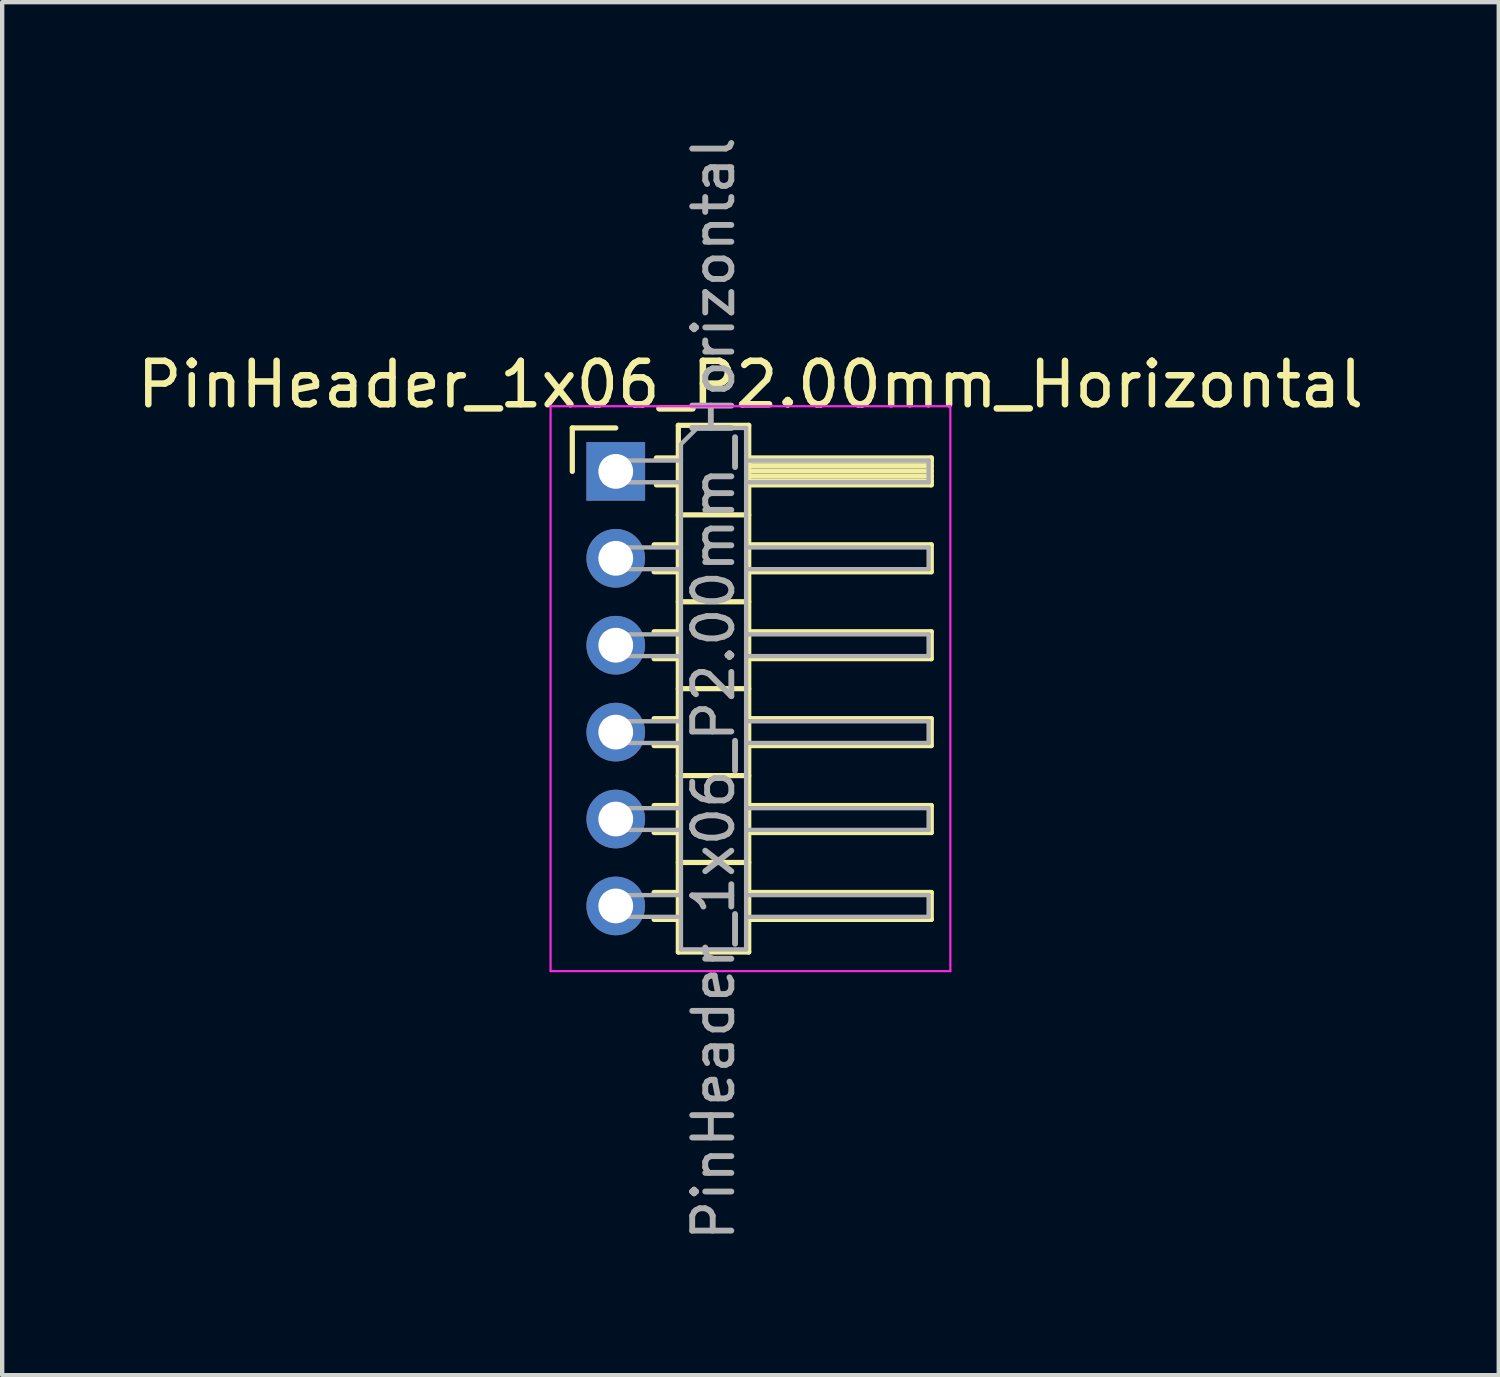
<source format=kicad_pcb>
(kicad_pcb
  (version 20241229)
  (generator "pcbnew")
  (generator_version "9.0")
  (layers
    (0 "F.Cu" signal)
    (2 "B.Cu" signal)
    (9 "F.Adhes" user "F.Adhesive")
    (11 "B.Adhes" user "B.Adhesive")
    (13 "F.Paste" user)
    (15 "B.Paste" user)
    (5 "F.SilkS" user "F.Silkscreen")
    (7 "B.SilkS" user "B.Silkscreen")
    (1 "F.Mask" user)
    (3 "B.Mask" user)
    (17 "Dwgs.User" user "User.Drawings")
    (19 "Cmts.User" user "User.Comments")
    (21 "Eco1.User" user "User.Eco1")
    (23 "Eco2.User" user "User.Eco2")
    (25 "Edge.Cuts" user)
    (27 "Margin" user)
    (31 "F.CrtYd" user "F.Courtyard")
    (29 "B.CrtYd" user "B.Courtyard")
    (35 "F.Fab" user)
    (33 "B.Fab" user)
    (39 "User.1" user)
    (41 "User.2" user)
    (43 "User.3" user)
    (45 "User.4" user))
  (footprint "PinHeader_1x06_P2.00mm_Horizontal"
    (layer "F.Cu")
    (at 11.12 7.798)
    (property "Reference" "PinHeader_1x06_P2.00mm_Horizontal" (at 3.1 -2 0) (layer "F.SilkS") (effects (font (size 1 1) (thickness 0.15))))
    (attr through_hole)
    (fp_line (start -1 -1) (end 0 -1) (stroke (width 0.12) (type solid)) (layer "F.SilkS"))
    (fp_line (start -1 0) (end -1 -1) (stroke (width 0.12) (type solid)) (layer "F.SilkS"))
    (fp_line (start 0.882 1.69) (end 1.44 1.69) (stroke (width 0.12) (type solid)) (layer "F.SilkS"))
    (fp_line (start 0.882 2.31) (end 1.44 2.31) (stroke (width 0.12) (type solid)) (layer "F.SilkS"))
    (fp_line (start 0.882 3.69) (end 1.44 3.69) (stroke (width 0.12) (type solid)) (layer "F.SilkS"))
    (fp_line (start 0.882 4.31) (end 1.44 4.31) (stroke (width 0.12) (type solid)) (layer "F.SilkS"))
    (fp_line (start 0.882 5.69) (end 1.44 5.69) (stroke (width 0.12) (type solid)) (layer "F.SilkS"))
    (fp_line (start 0.882 6.31) (end 1.44 6.31) (stroke (width 0.12) (type solid)) (layer "F.SilkS"))
    (fp_line (start 0.882 7.69) (end 1.44 7.69) (stroke (width 0.12) (type solid)) (layer "F.SilkS"))
    (fp_line (start 0.882 8.31) (end 1.44 8.31) (stroke (width 0.12) (type solid)) (layer "F.SilkS"))
    (fp_line (start 0.882 9.69) (end 1.44 9.69) (stroke (width 0.12) (type solid)) (layer "F.SilkS"))
    (fp_line (start 0.882 10.31) (end 1.44 10.31) (stroke (width 0.12) (type solid)) (layer "F.SilkS"))
    (fp_line (start 0.935 -0.31) (end 1.44 -0.31) (stroke (width 0.12) (type solid)) (layer "F.SilkS"))
    (fp_line (start 0.935 0.31) (end 1.44 0.31) (stroke (width 0.12) (type solid)) (layer "F.SilkS"))
    (fp_line (start 1.44 -1.06) (end 1.44 11.06) (stroke (width 0.12) (type solid)) (layer "F.SilkS"))
    (fp_line (start 1.44 1) (end 3.06 1) (stroke (width 0.12) (type solid)) (layer "F.SilkS"))
    (fp_line (start 1.44 3) (end 3.06 3) (stroke (width 0.12) (type solid)) (layer "F.SilkS"))
    (fp_line (start 1.44 5) (end 3.06 5) (stroke (width 0.12) (type solid)) (layer "F.SilkS"))
    (fp_line (start 1.44 7) (end 3.06 7) (stroke (width 0.12) (type solid)) (layer "F.SilkS"))
    (fp_line (start 1.44 9) (end 3.06 9) (stroke (width 0.12) (type solid)) (layer "F.SilkS"))
    (fp_line (start 1.44 11.06) (end 3.06 11.06) (stroke (width 0.12) (type solid)) (layer "F.SilkS"))
    (fp_line (start 3.06 -1.06) (end 1.44 -1.06) (stroke (width 0.12) (type solid)) (layer "F.SilkS"))
    (fp_line (start 3.06 -0.31) (end 7.26 -0.31) (stroke (width 0.12) (type solid)) (layer "F.SilkS"))
    (fp_line (start 3.06 -0.25) (end 7.26 -0.25) (stroke (width 0.12) (type solid)) (layer "F.SilkS"))
    (fp_line (start 3.06 -0.13) (end 7.26 -0.13) (stroke (width 0.12) (type solid)) (layer "F.SilkS"))
    (fp_line (start 3.06 -0.01) (end 7.26 -0.01) (stroke (width 0.12) (type solid)) (layer "F.SilkS"))
    (fp_line (start 3.06 0.11) (end 7.26 0.11) (stroke (width 0.12) (type solid)) (layer "F.SilkS"))
    (fp_line (start 3.06 0.23) (end 7.26 0.23) (stroke (width 0.12) (type solid)) (layer "F.SilkS"))
    (fp_line (start 3.06 1.69) (end 7.26 1.69) (stroke (width 0.12) (type solid)) (layer "F.SilkS"))
    (fp_line (start 3.06 3.69) (end 7.26 3.69) (stroke (width 0.12) (type solid)) (layer "F.SilkS"))
    (fp_line (start 3.06 5.69) (end 7.26 5.69) (stroke (width 0.12) (type solid)) (layer "F.SilkS"))
    (fp_line (start 3.06 7.69) (end 7.26 7.69) (stroke (width 0.12) (type solid)) (layer "F.SilkS"))
    (fp_line (start 3.06 9.69) (end 7.26 9.69) (stroke (width 0.12) (type solid)) (layer "F.SilkS"))
    (fp_line (start 3.06 11.06) (end 3.06 -1.06) (stroke (width 0.12) (type solid)) (layer "F.SilkS"))
    (fp_line (start 7.26 -0.31) (end 7.26 0.31) (stroke (width 0.12) (type solid)) (layer "F.SilkS"))
    (fp_line (start 7.26 0.31) (end 3.06 0.31) (stroke (width 0.12) (type solid)) (layer "F.SilkS"))
    (fp_line (start 7.26 1.69) (end 7.26 2.31) (stroke (width 0.12) (type solid)) (layer "F.SilkS"))
    (fp_line (start 7.26 2.31) (end 3.06 2.31) (stroke (width 0.12) (type solid)) (layer "F.SilkS"))
    (fp_line (start 7.26 3.69) (end 7.26 4.31) (stroke (width 0.12) (type solid)) (layer "F.SilkS"))
    (fp_line (start 7.26 4.31) (end 3.06 4.31) (stroke (width 0.12) (type solid)) (layer "F.SilkS"))
    (fp_line (start 7.26 5.69) (end 7.26 6.31) (stroke (width 0.12) (type solid)) (layer "F.SilkS"))
    (fp_line (start 7.26 6.31) (end 3.06 6.31) (stroke (width 0.12) (type solid)) (layer "F.SilkS"))
    (fp_line (start 7.26 7.69) (end 7.26 8.31) (stroke (width 0.12) (type solid)) (layer "F.SilkS"))
    (fp_line (start 7.26 8.31) (end 3.06 8.31) (stroke (width 0.12) (type solid)) (layer "F.SilkS"))
    (fp_line (start 7.26 9.69) (end 7.26 10.31) (stroke (width 0.12) (type solid)) (layer "F.SilkS"))
    (fp_line (start 7.26 10.31) (end 3.06 10.31) (stroke (width 0.12) (type solid)) (layer "F.SilkS"))
    (fp_line (start -1.5 -1.5) (end -1.5 11.5) (stroke (width 0.05) (type solid)) (layer "F.CrtYd"))
    (fp_line (start -1.5 11.5) (end 7.7 11.5) (stroke (width 0.05) (type solid)) (layer "F.CrtYd"))
    (fp_line (start 7.7 -1.5) (end -1.5 -1.5) (stroke (width 0.05) (type solid)) (layer "F.CrtYd"))
    (fp_line (start 7.7 11.5) (end 7.7 -1.5) (stroke (width 0.05) (type solid)) (layer "F.CrtYd"))
    (fp_line (start -0.25 -0.25) (end -0.25 0.25) (stroke (width 0.1) (type solid)) (layer "F.Fab"))
    (fp_line (start -0.25 -0.25) (end 1.5 -0.25) (stroke (width 0.1) (type solid)) (layer "F.Fab"))
    (fp_line (start -0.25 0.25) (end 1.5 0.25) (stroke (width 0.1) (type solid)) (layer "F.Fab"))
    (fp_line (start -0.25 1.75) (end -0.25 2.25) (stroke (width 0.1) (type solid)) (layer "F.Fab"))
    (fp_line (start -0.25 1.75) (end 1.5 1.75) (stroke (width 0.1) (type solid)) (layer "F.Fab"))
    (fp_line (start -0.25 2.25) (end 1.5 2.25) (stroke (width 0.1) (type solid)) (layer "F.Fab"))
    (fp_line (start -0.25 3.75) (end -0.25 4.25) (stroke (width 0.1) (type solid)) (layer "F.Fab"))
    (fp_line (start -0.25 3.75) (end 1.5 3.75) (stroke (width 0.1) (type solid)) (layer "F.Fab"))
    (fp_line (start -0.25 4.25) (end 1.5 4.25) (stroke (width 0.1) (type solid)) (layer "F.Fab"))
    (fp_line (start -0.25 5.75) (end -0.25 6.25) (stroke (width 0.1) (type solid)) (layer "F.Fab"))
    (fp_line (start -0.25 5.75) (end 1.5 5.75) (stroke (width 0.1) (type solid)) (layer "F.Fab"))
    (fp_line (start -0.25 6.25) (end 1.5 6.25) (stroke (width 0.1) (type solid)) (layer "F.Fab"))
    (fp_line (start -0.25 7.75) (end -0.25 8.25) (stroke (width 0.1) (type solid)) (layer "F.Fab"))
    (fp_line (start -0.25 7.75) (end 1.5 7.75) (stroke (width 0.1) (type solid)) (layer "F.Fab"))
    (fp_line (start -0.25 8.25) (end 1.5 8.25) (stroke (width 0.1) (type solid)) (layer "F.Fab"))
    (fp_line (start -0.25 9.75) (end -0.25 10.25) (stroke (width 0.1) (type solid)) (layer "F.Fab"))
    (fp_line (start -0.25 9.75) (end 1.5 9.75) (stroke (width 0.1) (type solid)) (layer "F.Fab"))
    (fp_line (start -0.25 10.25) (end 1.5 10.25) (stroke (width 0.1) (type solid)) (layer "F.Fab"))
    (fp_line (start 1.5 -0.625) (end 1.875 -1) (stroke (width 0.1) (type solid)) (layer "F.Fab"))
    (fp_line (start 1.5 11) (end 1.5 -0.625) (stroke (width 0.1) (type solid)) (layer "F.Fab"))
    (fp_line (start 1.875 -1) (end 3 -1) (stroke (width 0.1) (type solid)) (layer "F.Fab"))
    (fp_line (start 3 -1) (end 3 11) (stroke (width 0.1) (type solid)) (layer "F.Fab"))
    (fp_line (start 3 -0.25) (end 7.2 -0.25) (stroke (width 0.1) (type solid)) (layer "F.Fab"))
    (fp_line (start 3 0.25) (end 7.2 0.25) (stroke (width 0.1) (type solid)) (layer "F.Fab"))
    (fp_line (start 3 1.75) (end 7.2 1.75) (stroke (width 0.1) (type solid)) (layer "F.Fab"))
    (fp_line (start 3 2.25) (end 7.2 2.25) (stroke (width 0.1) (type solid)) (layer "F.Fab"))
    (fp_line (start 3 3.75) (end 7.2 3.75) (stroke (width 0.1) (type solid)) (layer "F.Fab"))
    (fp_line (start 3 4.25) (end 7.2 4.25) (stroke (width 0.1) (type solid)) (layer "F.Fab"))
    (fp_line (start 3 5.75) (end 7.2 5.75) (stroke (width 0.1) (type solid)) (layer "F.Fab"))
    (fp_line (start 3 6.25) (end 7.2 6.25) (stroke (width 0.1) (type solid)) (layer "F.Fab"))
    (fp_line (start 3 7.75) (end 7.2 7.75) (stroke (width 0.1) (type solid)) (layer "F.Fab"))
    (fp_line (start 3 8.25) (end 7.2 8.25) (stroke (width 0.1) (type solid)) (layer "F.Fab"))
    (fp_line (start 3 9.75) (end 7.2 9.75) (stroke (width 0.1) (type solid)) (layer "F.Fab"))
    (fp_line (start 3 10.25) (end 7.2 10.25) (stroke (width 0.1) (type solid)) (layer "F.Fab"))
    (fp_line (start 3 11) (end 1.5 11) (stroke (width 0.1) (type solid)) (layer "F.Fab"))
    (fp_line (start 7.2 -0.25) (end 7.2 0.25) (stroke (width 0.1) (type solid)) (layer "F.Fab"))
    (fp_line (start 7.2 1.75) (end 7.2 2.25) (stroke (width 0.1) (type solid)) (layer "F.Fab"))
    (fp_line (start 7.2 3.75) (end 7.2 4.25) (stroke (width 0.1) (type solid)) (layer "F.Fab"))
    (fp_line (start 7.2 5.75) (end 7.2 6.25) (stroke (width 0.1) (type solid)) (layer "F.Fab"))
    (fp_line (start 7.2 7.75) (end 7.2 8.25) (stroke (width 0.1) (type solid)) (layer "F.Fab"))
    (fp_line (start 7.2 9.75) (end 7.2 10.25) (stroke (width 0.1) (type solid)) (layer "F.Fab"))
    (fp_text user "${REFERENCE}" (at 2.25 5 90) (layer "F.Fab") (effects (font (size 0.9 0.9) (thickness 0.135))))
    (pad "1" thru_hole rect (at 0 0) (size 1.35 1.35) (drill 0.8) (layers "*.Cu" "*.Mask"))
    (pad "2" thru_hole oval (at 0 2) (size 1.35 1.35) (drill 0.8) (layers "*.Cu" "*.Mask"))
    (pad "3" thru_hole oval (at 0 4) (size 1.35 1.35) (drill 0.8) (layers "*.Cu" "*.Mask"))
    (pad "4" thru_hole oval (at 0 6) (size 1.35 1.35) (drill 0.8) (layers "*.Cu" "*.Mask"))
    (pad "5" thru_hole oval (at 0 8) (size 1.35 1.35) (drill 0.8) (layers "*.Cu" "*.Mask"))
    (pad "6" thru_hole oval (at 0 10) (size 1.35 1.35) (drill 0.8) (layers "*.Cu" "*.Mask")))
  (gr_rect
    (start -3 -3)
    (end 31.44 28.596)
    (stroke (width 0.1) (type default))
    (fill no)
    (layer "Edge.Cuts")))
</source>
